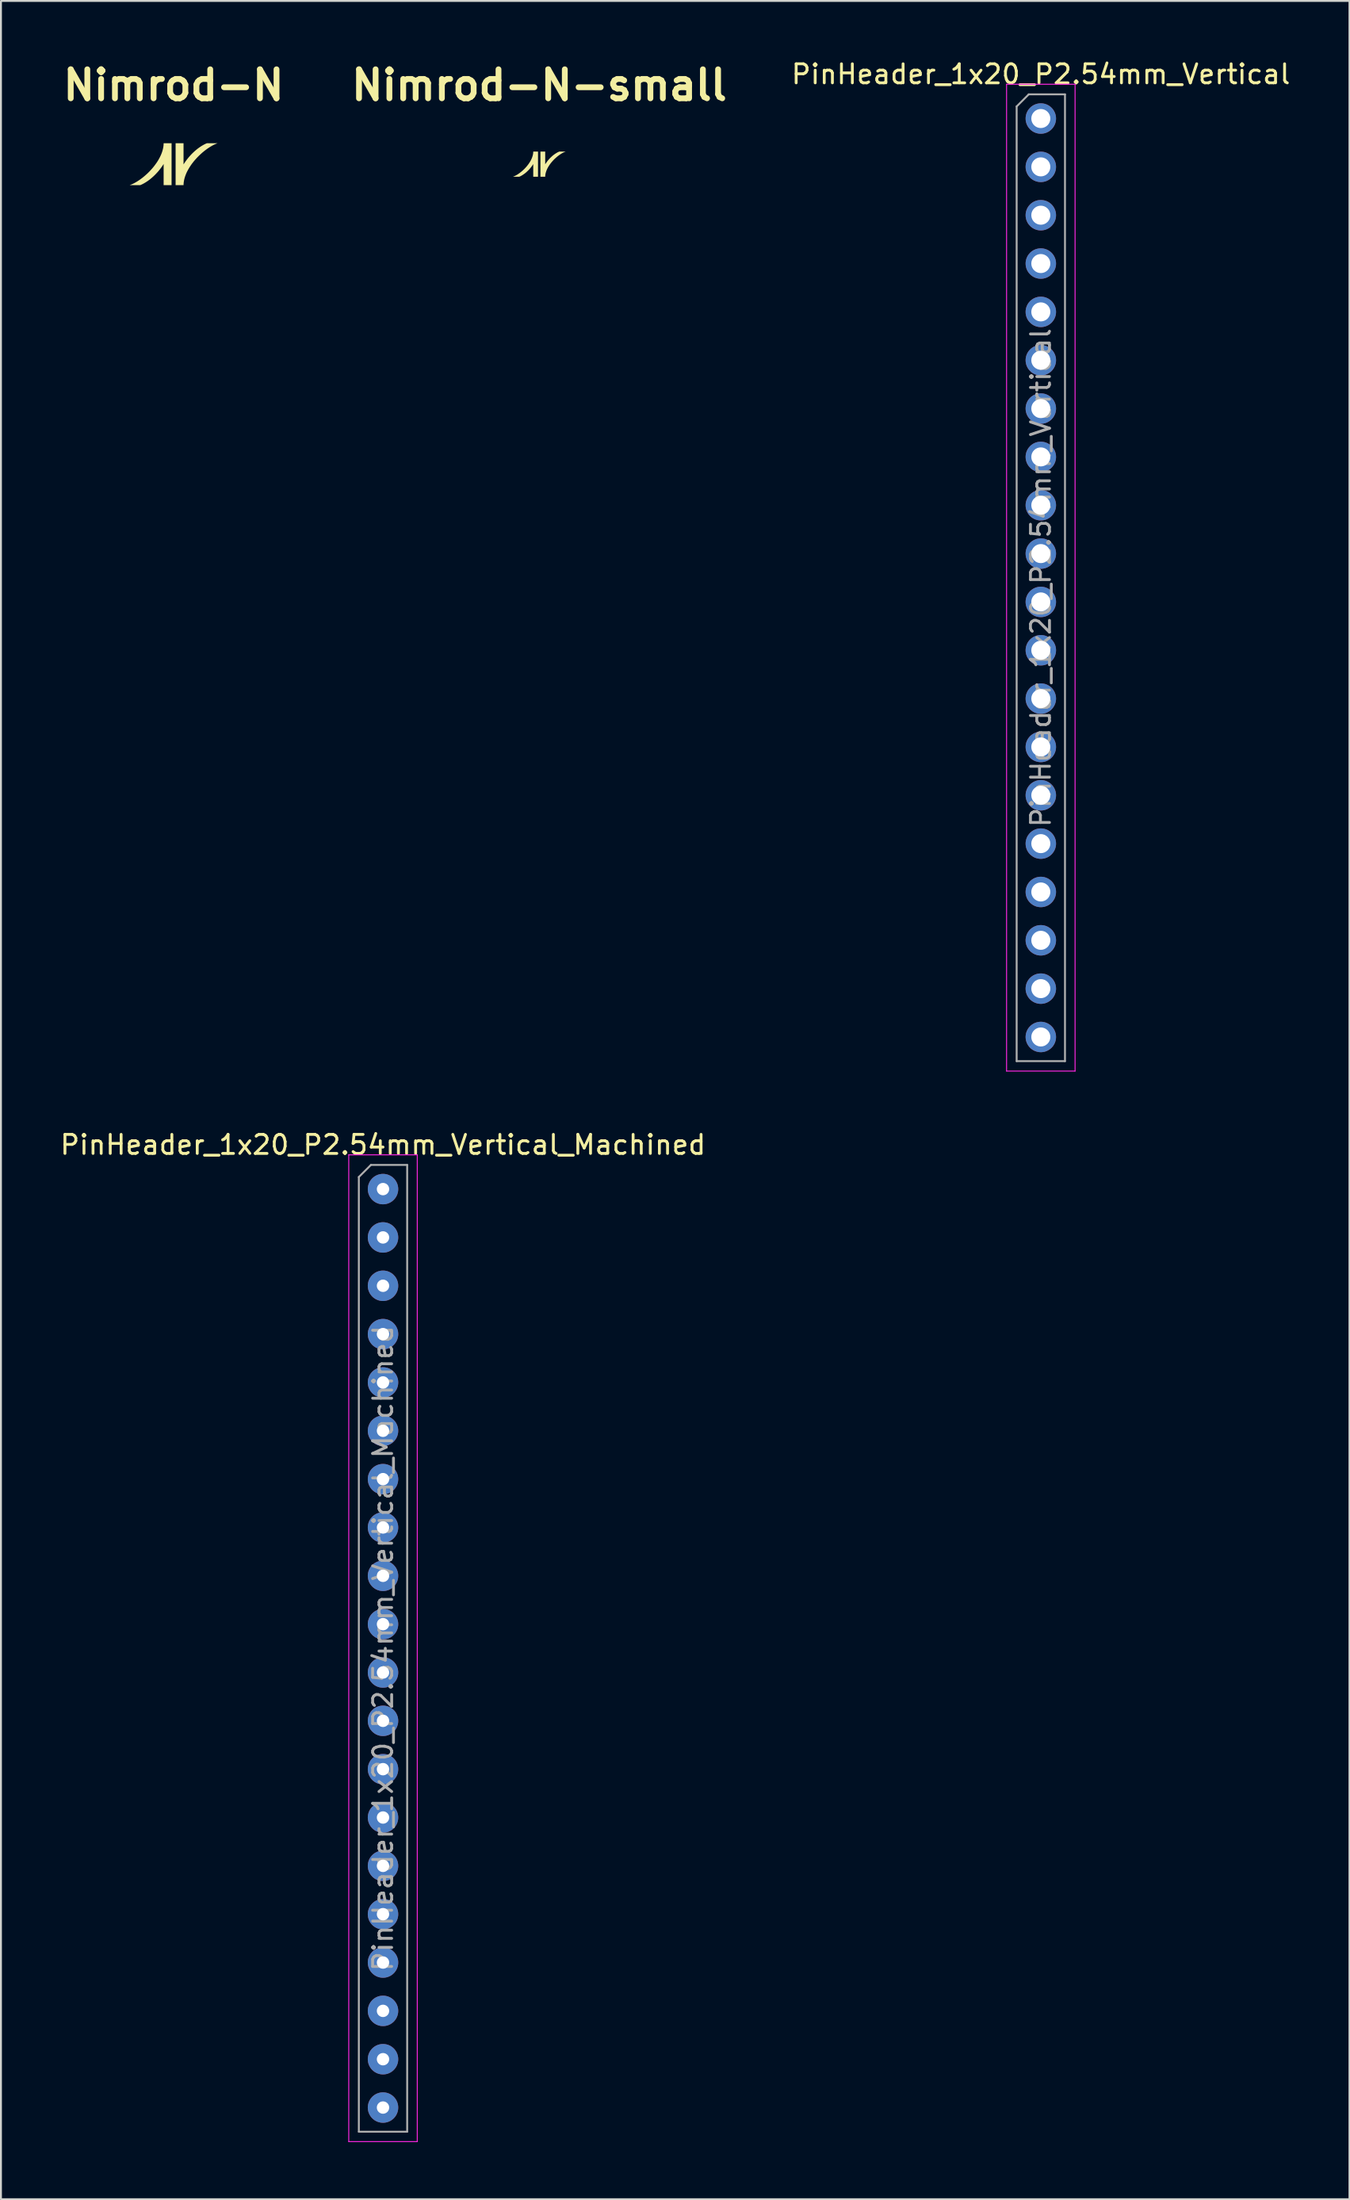
<source format=kicad_pcb>
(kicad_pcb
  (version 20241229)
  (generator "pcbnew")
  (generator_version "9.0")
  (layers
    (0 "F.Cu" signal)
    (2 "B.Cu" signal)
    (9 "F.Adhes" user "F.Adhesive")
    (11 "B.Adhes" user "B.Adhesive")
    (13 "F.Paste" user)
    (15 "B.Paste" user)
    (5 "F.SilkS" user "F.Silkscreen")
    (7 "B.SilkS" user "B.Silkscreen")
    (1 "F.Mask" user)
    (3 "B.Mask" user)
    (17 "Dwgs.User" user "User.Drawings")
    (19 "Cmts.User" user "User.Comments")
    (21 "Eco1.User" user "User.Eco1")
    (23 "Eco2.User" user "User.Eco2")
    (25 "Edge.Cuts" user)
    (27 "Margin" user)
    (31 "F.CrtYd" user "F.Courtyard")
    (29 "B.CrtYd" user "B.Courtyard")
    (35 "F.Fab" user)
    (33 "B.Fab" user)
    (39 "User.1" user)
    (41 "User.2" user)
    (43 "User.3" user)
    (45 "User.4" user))
  (footprint "Nimrod-N-small"
    (layer "F.Cu")
    (at 25.287 5.577)
    (property "Reference" "Nimrod-N-small" (at 0 -4.151 0) (layer "F.SilkS") (effects (font (size 1.524 1.524) (thickness 0.305))))
    (attr board_only exclude_from_pos_files exclude_from_bom)
    (fp_poly (pts (xy -0.315 -0.661) (xy -0.315 -0.656) (xy -0.317 -0.608) (xy -0.322 -0.56) (xy -0.33 -0.511) (xy -0.341 -0.462) (xy -0.355 -0.414) (xy -0.371 -0.365) (xy -0.389 -0.317) (xy -0.41 -0.269) (xy -0.433 -0.221) (xy -0.458 -0.174) (xy -0.485 -0.127) (xy -0.514 -0.081) (xy -0.544 -0.035) (xy -0.576 0.01) (xy -0.61 0.054) (xy -0.644 0.097) (xy -0.68 0.14) (xy -0.717 0.181) (xy -0.755 0.222) (xy -0.794 0.261) (xy -0.833 0.299) (xy -0.873 0.336) (xy -0.914 0.371) (xy -0.955 0.405) (xy -0.996 0.437) (xy -1.037 0.468) (xy -1.078 0.497) (xy -1.118 0.525) (xy -1.159 0.55) (xy -1.199 0.574) (xy -1.238 0.595) (xy -1.277 0.615) (xy -1.315 0.633) (xy -1.352 0.648) (xy -1.388 0.661) (xy -1.367 0.661) (xy -1.318 0.661) (xy -1.254 0.661) (xy -1.185 0.661) (xy -1.121 0.661) (xy -1.074 0.661) (xy -1.054 0.661) (xy -1.012 0.643) (xy -0.97 0.623) (xy -0.928 0.6) (xy -0.886 0.575) (xy -0.844 0.548) (xy -0.802 0.519) (xy -0.76 0.488) (xy -0.718 0.455) (xy -0.677 0.42) (xy -0.637 0.383) (xy -0.597 0.345) (xy -0.558 0.306) (xy -0.52 0.265) (xy -0.482 0.222) (xy -0.446 0.179) (xy -0.411 0.134) (xy -0.378 0.088) (xy -0.346 0.041) (xy -0.315 -0.006) (xy -0.315 0.661) (xy -0.065 0.661) (xy -0.064 -0.661) (xy -0.315 -0.661)) (stroke (width 0) (type solid)) (fill yes) (layer "F.SilkS"))
    (fp_poly (pts (xy 1.05 -0.661) (xy 1.009 -0.643) (xy 0.967 -0.623) (xy 0.925 -0.6) (xy 0.883 -0.575) (xy 0.84 -0.548) (xy 0.798 -0.519) (xy 0.757 -0.488) (xy 0.715 -0.455) (xy 0.674 -0.42) (xy 0.634 -0.383) (xy 0.594 -0.345) (xy 0.555 -0.306) (xy 0.517 -0.265) (xy 0.48 -0.222) (xy 0.444 -0.179) (xy 0.409 -0.134) (xy 0.376 -0.088) (xy 0.344 -0.042) (xy 0.313 0.006) (xy 0.313 -0.661) (xy 0.063 -0.661) (xy 0.063 0.661) (xy 0.313 0.661) (xy 0.313 0.656) (xy 0.315 0.608) (xy 0.32 0.56) (xy 0.328 0.511) (xy 0.339 0.462) (xy 0.353 0.414) (xy 0.369 0.365) (xy 0.387 0.317) (xy 0.408 0.269) (xy 0.431 0.221) (xy 0.456 0.174) (xy 0.483 0.127) (xy 0.512 0.081) (xy 0.543 0.035) (xy 0.575 -0.01) (xy 0.608 -0.054) (xy 0.643 -0.098) (xy 0.679 -0.14) (xy 0.716 -0.181) (xy 0.754 -0.222) (xy 0.793 -0.261) (xy 0.833 -0.299) (xy 0.873 -0.336) (xy 0.913 -0.371) (xy 0.954 -0.405) (xy 0.995 -0.437) (xy 1.036 -0.468) (xy 1.077 -0.497) (xy 1.118 -0.525) (xy 1.158 -0.55) (xy 1.199 -0.574) (xy 1.238 -0.596) (xy 1.277 -0.615) (xy 1.315 -0.633) (xy 1.352 -0.648) (xy 1.388 -0.661) (xy 1.369 -0.661) (xy 1.321 -0.661) (xy 1.255 -0.661) (xy 1.183 -0.661) (xy 1.117 -0.661) (xy 1.069 -0.661) (xy 1.05 -0.661)) (stroke (width 0) (type solid)) (fill yes) (layer "F.SilkS")))
  (footprint "PinHeader_1x20_P2.54mm_Vertical_Machined"
    (layer "F.Cu")
    (at 17.077 59.431)
    (property "Reference" "PinHeader_1x20_P2.54mm_Vertical_Machined" (at 0 -2.33 0) (layer "F.SilkS") (effects (font (size 1 1) (thickness 0.15))))
    (attr through_hole)
    (fp_line (start -1.8 -1.8) (end -1.8 50.05) (stroke (width 0.05) (type solid)) (layer "F.CrtYd"))
    (fp_line (start -1.8 50.05) (end 1.8 50.05) (stroke (width 0.05) (type solid)) (layer "F.CrtYd"))
    (fp_line (start 1.8 -1.8) (end -1.8 -1.8) (stroke (width 0.05) (type solid)) (layer "F.CrtYd"))
    (fp_line (start 1.8 50.05) (end 1.8 -1.8) (stroke (width 0.05) (type solid)) (layer "F.CrtYd"))
    (fp_line (start -1.27 -0.635) (end -0.635 -1.27) (stroke (width 0.1) (type solid)) (layer "F.Fab"))
    (fp_line (start -1.27 49.53) (end -1.27 -0.635) (stroke (width 0.1) (type solid)) (layer "F.Fab"))
    (fp_line (start -0.635 -1.27) (end 1.27 -1.27) (stroke (width 0.1) (type solid)) (layer "F.Fab"))
    (fp_line (start 1.27 -1.27) (end 1.27 49.53) (stroke (width 0.1) (type solid)) (layer "F.Fab"))
    (fp_line (start 1.27 49.53) (end -1.27 49.53) (stroke (width 0.1) (type solid)) (layer "F.Fab"))
    (fp_text user "${REFERENCE}" (at 0 24.13 90) (layer "F.Fab") (effects (font (size 1 1) (thickness 0.15))))
    (pad "1" thru_hole circle (at 0 0) (size 1.6 1.6) (drill 0.65) (layers "*.Cu" "*.Mask"))
    (pad "2" thru_hole circle (at 0 2.54) (size 1.6 1.6) (drill 0.65) (layers "*.Cu" "*.Mask"))
    (pad "3" thru_hole circle (at 0 5.08) (size 1.6 1.6) (drill 0.65) (layers "*.Cu" "*.Mask"))
    (pad "4" thru_hole circle (at 0 7.62) (size 1.6 1.6) (drill 0.65) (layers "*.Cu" "*.Mask"))
    (pad "5" thru_hole circle (at 0 10.16) (size 1.6 1.6) (drill 0.65) (layers "*.Cu" "*.Mask"))
    (pad "6" thru_hole circle (at 0 12.7) (size 1.6 1.6) (drill 0.65) (layers "*.Cu" "*.Mask"))
    (pad "7" thru_hole circle (at 0 15.24) (size 1.6 1.6) (drill 0.65) (layers "*.Cu" "*.Mask"))
    (pad "8" thru_hole circle (at 0 17.78) (size 1.6 1.6) (drill 0.65) (layers "*.Cu" "*.Mask"))
    (pad "9" thru_hole circle (at 0 20.32) (size 1.6 1.6) (drill 0.65) (layers "*.Cu" "*.Mask"))
    (pad "10" thru_hole circle (at 0 22.86) (size 1.6 1.6) (drill 0.65) (layers "*.Cu" "*.Mask"))
    (pad "11" thru_hole circle (at 0 25.4) (size 1.6 1.6) (drill 0.65) (layers "*.Cu" "*.Mask"))
    (pad "12" thru_hole circle (at 0 27.94) (size 1.6 1.6) (drill 0.65) (layers "*.Cu" "*.Mask"))
    (pad "13" thru_hole circle (at 0 30.48) (size 1.6 1.6) (drill 0.65) (layers "*.Cu" "*.Mask"))
    (pad "14" thru_hole circle (at 0 33.02) (size 1.6 1.6) (drill 0.65) (layers "*.Cu" "*.Mask"))
    (pad "15" thru_hole circle (at 0 35.56) (size 1.6 1.6) (drill 0.65) (layers "*.Cu" "*.Mask"))
    (pad "16" thru_hole circle (at 0 38.1) (size 1.6 1.6) (drill 0.65) (layers "*.Cu" "*.Mask"))
    (pad "17" thru_hole circle (at 0 40.64) (size 1.6 1.6) (drill 0.65) (layers "*.Cu" "*.Mask"))
    (pad "18" thru_hole circle (at 0 43.18) (size 1.6 1.6) (drill 0.65) (layers "*.Cu" "*.Mask"))
    (pad "19" thru_hole circle (at 0 45.72) (size 1.6 1.6) (drill 0.65) (layers "*.Cu" "*.Mask"))
    (pad "20" thru_hole circle (at 0 48.26) (size 1.6 1.6) (drill 0.65) (layers "*.Cu" "*.Mask")))
  (footprint "Nimrod-N"
    (layer "F.Cu")
    (at 6.074 5.577)
    (property "Reference" "Nimrod-N" (at 0 -4.151 0) (layer "F.SilkS") (effects (font (size 1.524 1.524) (thickness 0.305))))
    (attr board_only exclude_from_pos_files exclude_from_bom)
    (fp_poly (pts (xy -0.525 -1.102) (xy -0.525 -1.094) (xy -0.528 -1.014) (xy -0.537 -0.933) (xy -0.55 -0.852) (xy -0.569 -0.771) (xy -0.591 -0.69) (xy -0.618 -0.609) (xy -0.649 -0.528) (xy -0.684 -0.448) (xy -0.722 -0.369) (xy -0.764 -0.29) (xy -0.808 -0.212) (xy -0.856 -0.135) (xy -0.907 -0.059) (xy -0.961 0.016) (xy -1.016 0.09) (xy -1.074 0.162) (xy -1.134 0.233) (xy -1.196 0.302) (xy -1.259 0.37) (xy -1.323 0.435) (xy -1.389 0.498) (xy -1.456 0.559) (xy -1.523 0.618) (xy -1.591 0.675) (xy -1.659 0.729) (xy -1.728 0.78) (xy -1.796 0.829) (xy -1.864 0.874) (xy -1.931 0.917) (xy -1.998 0.956) (xy -2.064 0.992) (xy -2.128 1.025) (xy -2.192 1.054) (xy -2.254 1.08) (xy -2.314 1.102) (xy -2.278 1.102) (xy -2.197 1.102) (xy -2.09 1.102) (xy -1.975 1.102) (xy -1.868 1.102) (xy -1.789 1.102) (xy -1.756 1.102) (xy -1.687 1.072) (xy -1.617 1.038) (xy -1.547 1) (xy -1.476 0.958) (xy -1.406 0.913) (xy -1.336 0.865) (xy -1.266 0.813) (xy -1.197 0.758) (xy -1.129 0.7) (xy -1.061 0.639) (xy -0.995 0.576) (xy -0.93 0.51) (xy -0.866 0.441) (xy -0.804 0.371) (xy -0.744 0.298) (xy -0.686 0.223) (xy -0.63 0.147) (xy -0.576 0.069) (xy -0.525 -0.01) (xy -0.525 1.101) (xy -0.108 1.101) (xy -0.107 -1.102) (xy -0.525 -1.102)) (stroke (width 0) (type solid)) (fill yes) (layer "F.SilkS"))
    (fp_poly (pts (xy 1.751 -1.102) (xy 1.681 -1.072) (xy 1.611 -1.038) (xy 1.541 -1) (xy 1.471 -0.959) (xy 1.401 -0.913) (xy 1.331 -0.865) (xy 1.261 -0.813) (xy 1.192 -0.758) (xy 1.124 -0.7) (xy 1.057 -0.639) (xy 0.99 -0.576) (xy 0.925 -0.51) (xy 0.862 -0.441) (xy 0.8 -0.371) (xy 0.74 -0.298) (xy 0.682 -0.224) (xy 0.626 -0.147) (xy 0.573 -0.069) (xy 0.521 0.01) (xy 0.521 -1.101) (xy 0.104 -1.101) (xy 0.104 1.102) (xy 0.521 1.102) (xy 0.521 1.094) (xy 0.525 1.013) (xy 0.534 0.933) (xy 0.547 0.852) (xy 0.565 0.771) (xy 0.588 0.69) (xy 0.615 0.609) (xy 0.646 0.528) (xy 0.68 0.448) (xy 0.719 0.369) (xy 0.761 0.29) (xy 0.806 0.212) (xy 0.854 0.134) (xy 0.905 0.058) (xy 0.958 -0.017) (xy 1.014 -0.09) (xy 1.072 -0.163) (xy 1.132 -0.233) (xy 1.194 -0.302) (xy 1.257 -0.37) (xy 1.322 -0.435) (xy 1.388 -0.498) (xy 1.455 -0.56) (xy 1.522 -0.619) (xy 1.59 -0.675) (xy 1.658 -0.729) (xy 1.727 -0.78) (xy 1.795 -0.829) (xy 1.863 -0.874) (xy 1.931 -0.917) (xy 1.998 -0.956) (xy 2.063 -0.993) (xy 2.128 -1.025) (xy 2.192 -1.055) (xy 2.253 -1.08) (xy 2.313 -1.102) (xy 2.282 -1.102) (xy 2.202 -1.102) (xy 2.092 -1.102) (xy 1.972 -1.102) (xy 1.862 -1.102) (xy 1.781 -1.102) (xy 1.751 -1.102)) (stroke (width 0) (type solid)) (fill yes) (layer "F.SilkS")))
  (footprint "PinHeader_1x20_P2.54mm_Vertical"
    (layer "F.Cu")
    (at 51.645 3.178)
    (property "Reference" "PinHeader_1x20_P2.54mm_Vertical" (at 0 -2.33 0) (layer "F.SilkS") (effects (font (size 1 1) (thickness 0.15))))
    (attr through_hole)
    (fp_line (start -1.8 -1.8) (end -1.8 50.05) (stroke (width 0.05) (type solid)) (layer "F.CrtYd"))
    (fp_line (start -1.8 50.05) (end 1.8 50.05) (stroke (width 0.05) (type solid)) (layer "F.CrtYd"))
    (fp_line (start 1.8 -1.8) (end -1.8 -1.8) (stroke (width 0.05) (type solid)) (layer "F.CrtYd"))
    (fp_line (start 1.8 50.05) (end 1.8 -1.8) (stroke (width 0.05) (type solid)) (layer "F.CrtYd"))
    (fp_line (start -1.27 -0.635) (end -0.635 -1.27) (stroke (width 0.1) (type solid)) (layer "F.Fab"))
    (fp_line (start -1.27 49.53) (end -1.27 -0.635) (stroke (width 0.1) (type solid)) (layer "F.Fab"))
    (fp_line (start -0.635 -1.27) (end 1.27 -1.27) (stroke (width 0.1) (type solid)) (layer "F.Fab"))
    (fp_line (start 1.27 -1.27) (end 1.27 49.53) (stroke (width 0.1) (type solid)) (layer "F.Fab"))
    (fp_line (start 1.27 49.53) (end -1.27 49.53) (stroke (width 0.1) (type solid)) (layer "F.Fab"))
    (fp_text user "${REFERENCE}" (at 0 24.13 90) (layer "F.Fab") (effects (font (size 1 1) (thickness 0.15))))
    (pad "1" thru_hole circle (at 0 0) (size 1.6 1.6) (drill 1) (layers "*.Cu" "*.Mask"))
    (pad "2" thru_hole circle (at 0 2.54) (size 1.6 1.6) (drill 1) (layers "*.Cu" "*.Mask"))
    (pad "3" thru_hole circle (at 0 5.08) (size 1.6 1.6) (drill 1) (layers "*.Cu" "*.Mask"))
    (pad "4" thru_hole circle (at 0 7.62) (size 1.6 1.6) (drill 1) (layers "*.Cu" "*.Mask"))
    (pad "5" thru_hole circle (at 0 10.16) (size 1.6 1.6) (drill 1) (layers "*.Cu" "*.Mask"))
    (pad "6" thru_hole circle (at 0 12.7) (size 1.6 1.6) (drill 1) (layers "*.Cu" "*.Mask"))
    (pad "7" thru_hole circle (at 0 15.24) (size 1.6 1.6) (drill 1) (layers "*.Cu" "*.Mask"))
    (pad "8" thru_hole circle (at 0 17.78) (size 1.6 1.6) (drill 1) (layers "*.Cu" "*.Mask"))
    (pad "9" thru_hole circle (at 0 20.32) (size 1.6 1.6) (drill 1) (layers "*.Cu" "*.Mask"))
    (pad "10" thru_hole circle (at 0 22.86) (size 1.6 1.6) (drill 1) (layers "*.Cu" "*.Mask"))
    (pad "11" thru_hole circle (at 0 25.4) (size 1.6 1.6) (drill 1) (layers "*.Cu" "*.Mask"))
    (pad "12" thru_hole circle (at 0 27.94) (size 1.6 1.6) (drill 1) (layers "*.Cu" "*.Mask"))
    (pad "13" thru_hole circle (at 0 30.48) (size 1.6 1.6) (drill 1) (layers "*.Cu" "*.Mask"))
    (pad "14" thru_hole circle (at 0 33.02) (size 1.6 1.6) (drill 1) (layers "*.Cu" "*.Mask"))
    (pad "15" thru_hole circle (at 0 35.56) (size 1.6 1.6) (drill 1) (layers "*.Cu" "*.Mask"))
    (pad "16" thru_hole circle (at 0 38.1) (size 1.6 1.6) (drill 1) (layers "*.Cu" "*.Mask"))
    (pad "17" thru_hole circle (at 0 40.64) (size 1.6 1.6) (drill 1) (layers "*.Cu" "*.Mask"))
    (pad "18" thru_hole circle (at 0 43.18) (size 1.6 1.6) (drill 1) (layers "*.Cu" "*.Mask"))
    (pad "19" thru_hole circle (at 0 45.72) (size 1.6 1.6) (drill 1) (layers "*.Cu" "*.Mask"))
    (pad "20" thru_hole circle (at 0 48.26) (size 1.6 1.6) (drill 1) (layers "*.Cu" "*.Mask")))
  (gr_rect
    (start -3 -3)
    (end 67.865 112.507)
    (stroke (width 0.1) (type default))
    (fill no)
    (layer "Edge.Cuts")))
</source>
